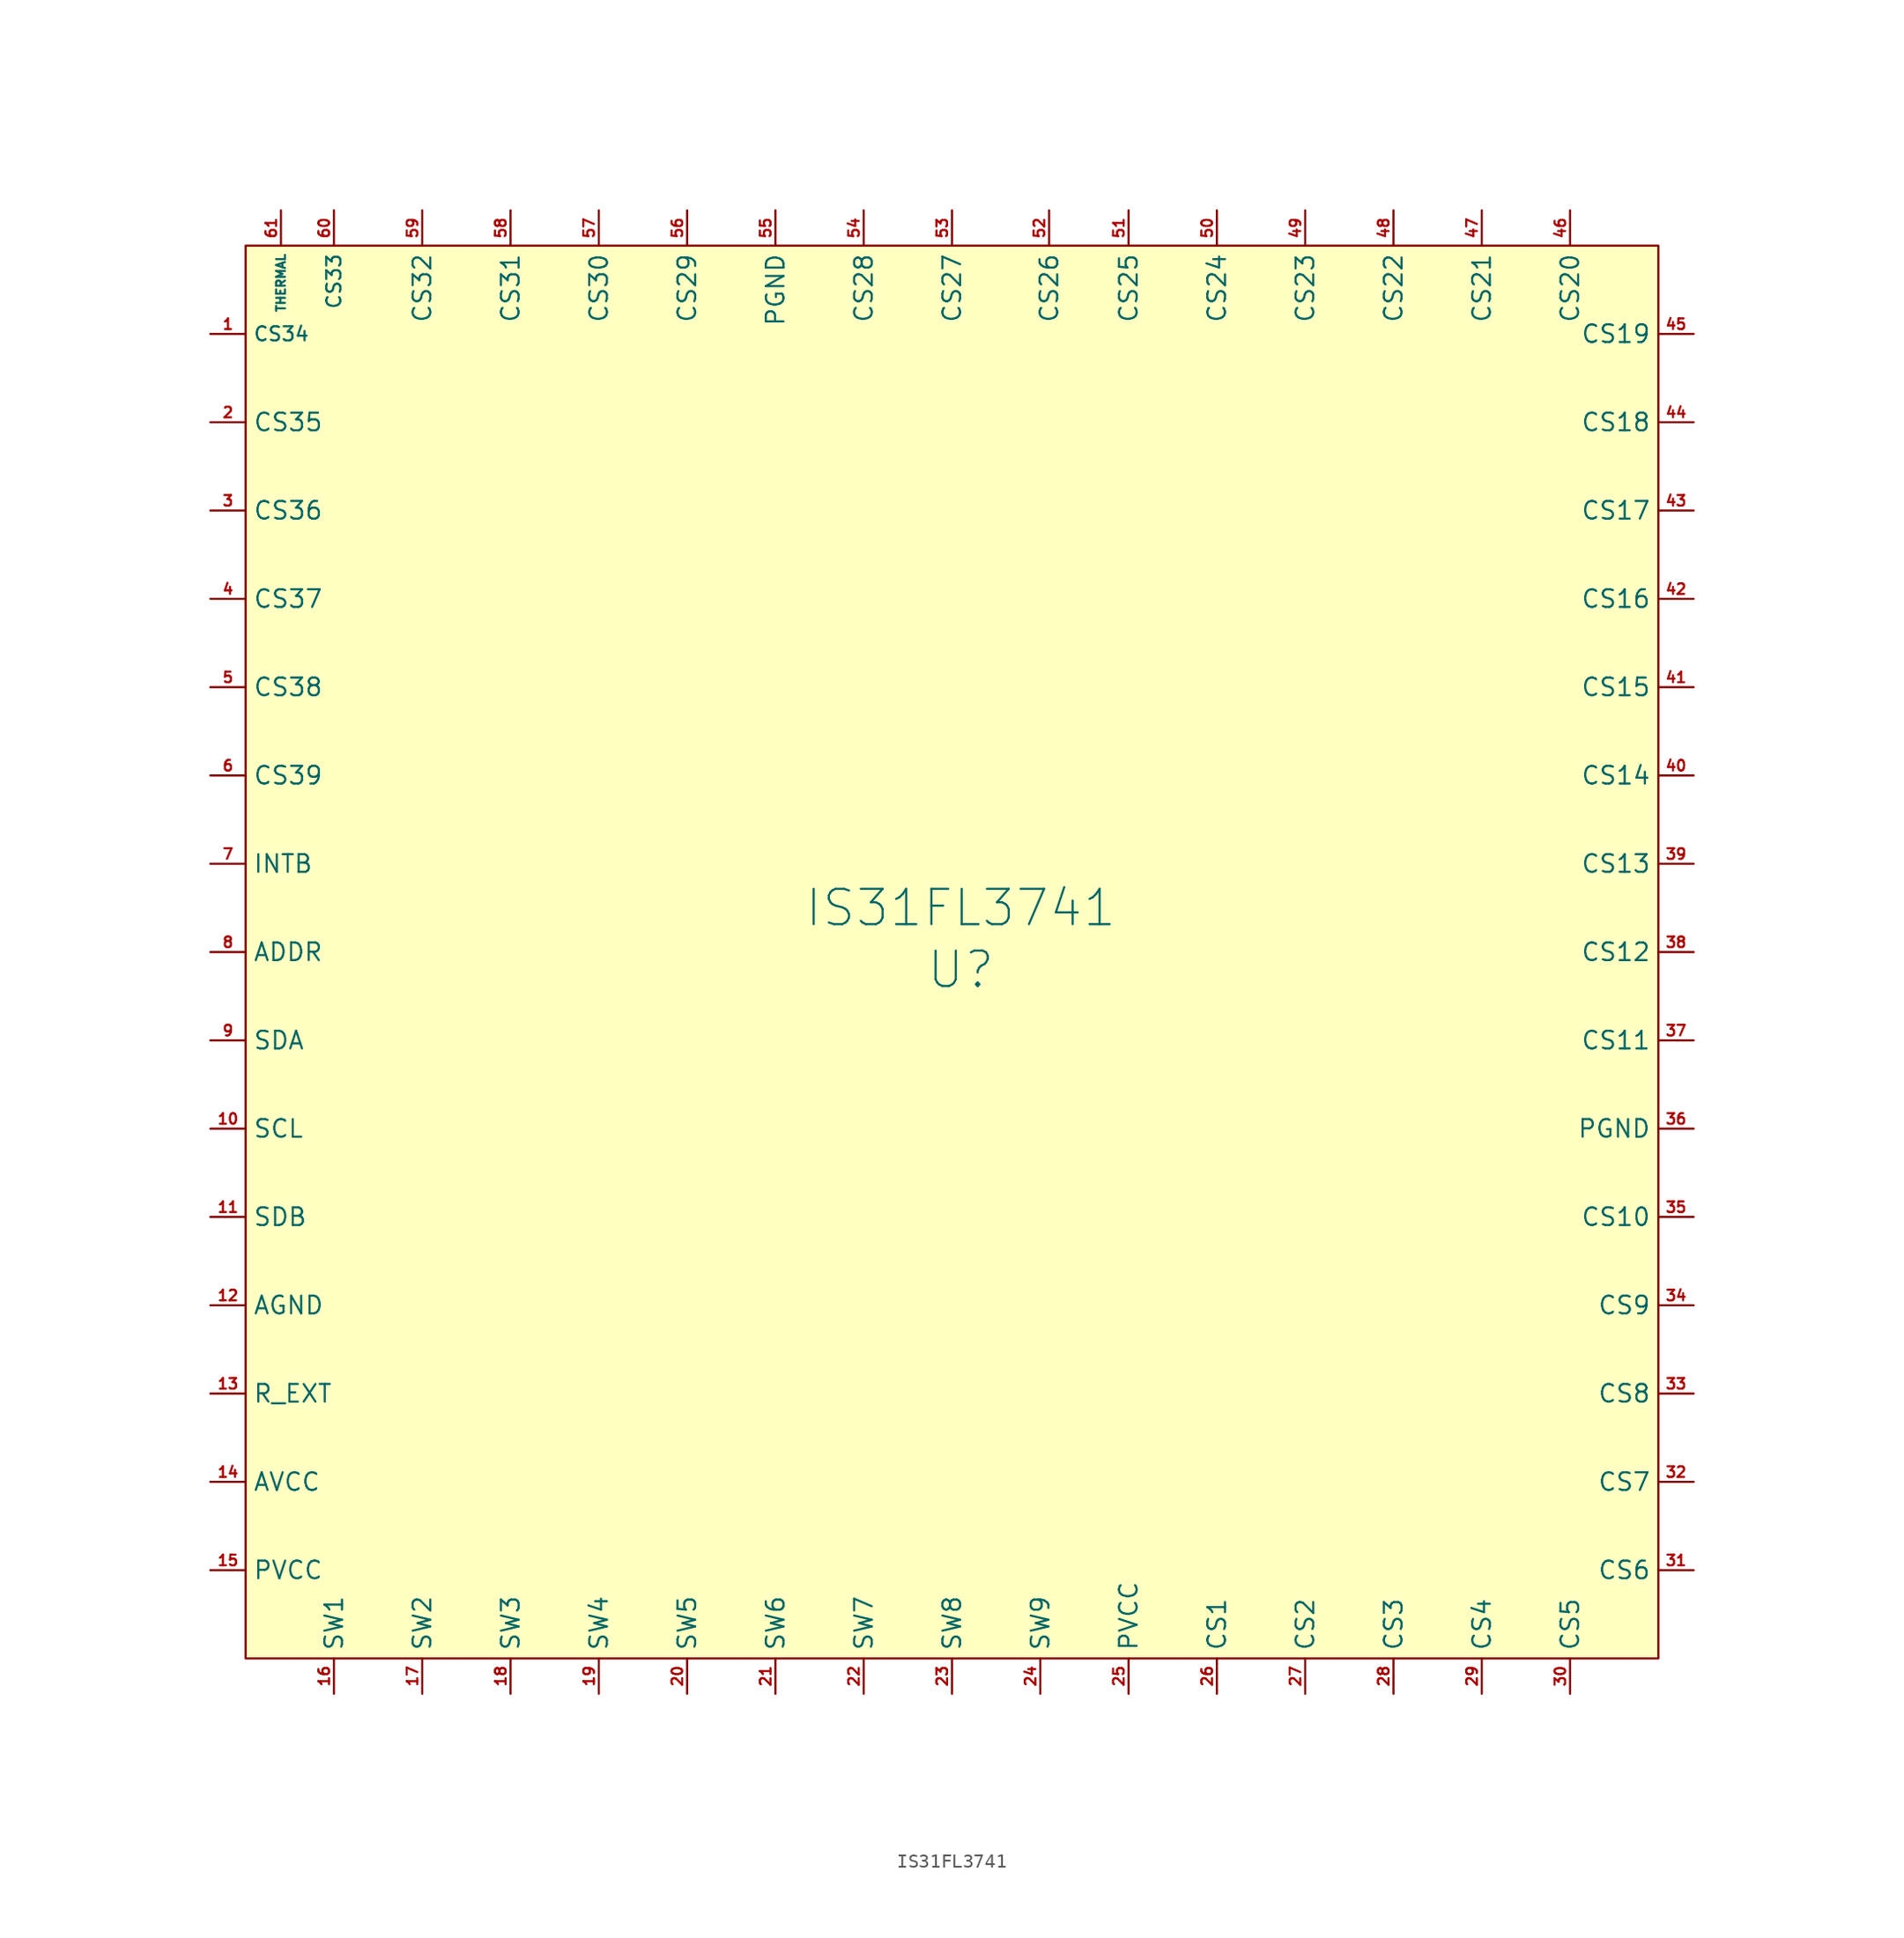
<source format=kicad_sym>
(kicad_symbol_lib
  (version 20211014)
  (generator kicad_symbol_editor)
  (symbol "IS31FL3741"
    (property "Reference" "U"
      (at 0.635 -1.27 0)
      (effects (font (size 2.54 2.54))))
    (property "Value" "IS31FL3741"
      (at 0.635 3.175 0)
      (effects (font (size 2.54 2.54))))
    (symbol "IS31FL3741_0_1"
      (rectangle (start -50.8 50.8) (end 50.8 -50.8) (stroke (width 0.152) (type default) (color 0 0 0 0)) (fill (type background))))
    (symbol "IS31FL3741_1_1"
      (pin input line (at -53.34 44.45 0) (length 2.54) (name "CS34" (effects (font (size 1.016 1.016)))) (number "1" (effects (font (size 0.762 0.762)))))
      (pin input line (at -53.34 -12.7 0) (length 2.54) (name "SCL" (effects (font (size 1.27 1.27)))) (number "10" (effects (font (size 0.762 0.762)))))
      (pin input line (at -53.34 -19.05 0) (length 2.54) (name "SDB" (effects (font (size 1.27 1.27)))) (number "11" (effects (font (size 0.762 0.762)))))
      (pin power_in line (at -53.34 -25.4 0) (length 2.54) (name "AGND" (effects (font (size 1.27 1.27)))) (number "12" (effects (font (size 0.762 0.762)))))
      (pin input line (at -53.34 -31.75 0) (length 2.54) (name "R_EXT" (effects (font (size 1.27 1.27)))) (number "13" (effects (font (size 0.762 0.762)))))
      (pin power_in line (at -53.34 -38.1 0) (length 2.54) (name "AVCC" (effects (font (size 1.27 1.27)))) (number "14" (effects (font (size 0.762 0.762)))))
      (pin power_in line (at -53.34 -44.45 0) (length 2.54) (name "PVCC" (effects (font (size 1.27 1.27)))) (number "15" (effects (font (size 0.762 0.762)))))
      (pin output line (at -44.45 -53.34 90) (length 2.54) (name "SW1" (effects (font (size 1.27 1.27)))) (number "16" (effects (font (size 0.762 0.762)))))
      (pin output line (at -38.1 -53.34 90) (length 2.54) (name "SW2" (effects (font (size 1.27 1.27)))) (number "17" (effects (font (size 0.762 0.762)))))
      (pin output line (at -31.75 -53.34 90) (length 2.54) (name "SW3" (effects (font (size 1.27 1.27)))) (number "18" (effects (font (size 0.762 0.762)))))
      (pin output line (at -25.4 -53.34 90) (length 2.54) (name "SW4" (effects (font (size 1.27 1.27)))) (number "19" (effects (font (size 0.762 0.762)))))
      (pin input line (at -53.34 38.1 0) (length 2.54) (name "CS35" (effects (font (size 1.27 1.27)))) (number "2" (effects (font (size 0.762 0.762)))))
      (pin output line (at -19.05 -53.34 90) (length 2.54) (name "SW5" (effects (font (size 1.27 1.27)))) (number "20" (effects (font (size 0.762 0.762)))))
      (pin output line (at -12.7 -53.34 90) (length 2.54) (name "SW6" (effects (font (size 1.27 1.27)))) (number "21" (effects (font (size 0.762 0.762)))))
      (pin output line (at -6.35 -53.34 90) (length 2.54) (name "SW7" (effects (font (size 1.27 1.27)))) (number "22" (effects (font (size 0.762 0.762)))))
      (pin output line (at 0 -53.34 90) (length 2.54) (name "SW8" (effects (font (size 1.27 1.27)))) (number "23" (effects (font (size 0.762 0.762)))))
      (pin output line (at 6.35 -53.34 90) (length 2.54) (name "SW9" (effects (font (size 1.27 1.27)))) (number "24" (effects (font (size 0.762 0.762)))))
      (pin power_in line (at 12.7 -53.34 90) (length 2.54) (name "PVCC" (effects (font (size 1.27 1.27)))) (number "25" (effects (font (size 0.762 0.762)))))
      (pin input line (at 19.05 -53.34 90) (length 2.54) (name "CS1" (effects (font (size 1.27 1.27)))) (number "26" (effects (font (size 0.762 0.762)))))
      (pin input line (at 25.4 -53.34 90) (length 2.54) (name "CS2" (effects (font (size 1.27 1.27)))) (number "27" (effects (font (size 0.762 0.762)))))
      (pin input line (at 31.75 -53.34 90) (length 2.54) (name "CS3" (effects (font (size 1.27 1.27)))) (number "28" (effects (font (size 0.762 0.762)))))
      (pin input line (at 38.1 -53.34 90) (length 2.54) (name "CS4" (effects (font (size 1.27 1.27)))) (number "29" (effects (font (size 0.762 0.762)))))
      (pin input line (at -53.34 31.75 0) (length 2.54) (name "CS36" (effects (font (size 1.27 1.27)))) (number "3" (effects (font (size 0.762 0.762)))))
      (pin input line (at 44.45 -53.34 90) (length 2.54) (name "CS5" (effects (font (size 1.27 1.27)))) (number "30" (effects (font (size 0.762 0.762)))))
      (pin input line (at 53.34 -44.45 180) (length 2.54) (name "CS6" (effects (font (size 1.27 1.27)))) (number "31" (effects (font (size 0.762 0.762)))))
      (pin input line (at 53.34 -38.1 180) (length 2.54) (name "CS7" (effects (font (size 1.27 1.27)))) (number "32" (effects (font (size 0.762 0.762)))))
      (pin input line (at 53.34 -31.75 180) (length 2.54) (name "CS8" (effects (font (size 1.27 1.27)))) (number "33" (effects (font (size 0.762 0.762)))))
      (pin input line (at 53.34 -25.4 180) (length 2.54) (name "CS9" (effects (font (size 1.27 1.27)))) (number "34" (effects (font (size 0.762 0.762)))))
      (pin input line (at 53.34 -19.05 180) (length 2.54) (name "CS10" (effects (font (size 1.27 1.27)))) (number "35" (effects (font (size 0.762 0.762)))))
      (pin power_in line (at 53.34 -12.7 180) (length 2.54) (name "PGND" (effects (font (size 1.27 1.27)))) (number "36" (effects (font (size 0.762 0.762)))))
      (pin input line (at 53.34 -6.35 180) (length 2.54) (name "CS11" (effects (font (size 1.27 1.27)))) (number "37" (effects (font (size 0.762 0.762)))))
      (pin input line (at 53.34 0 180) (length 2.54) (name "CS12" (effects (font (size 1.27 1.27)))) (number "38" (effects (font (size 0.762 0.762)))))
      (pin input line (at 53.34 6.35 180) (length 2.54) (name "CS13" (effects (font (size 1.27 1.27)))) (number "39" (effects (font (size 0.762 0.762)))))
      (pin input line (at -53.34 25.4 0) (length 2.54) (name "CS37" (effects (font (size 1.27 1.27)))) (number "4" (effects (font (size 0.762 0.762)))))
      (pin input line (at 53.34 12.7 180) (length 2.54) (name "CS14" (effects (font (size 1.27 1.27)))) (number "40" (effects (font (size 0.762 0.762)))))
      (pin input line (at 53.34 19.05 180) (length 2.54) (name "CS15" (effects (font (size 1.27 1.27)))) (number "41" (effects (font (size 0.762 0.762)))))
      (pin input line (at 53.34 25.4 180) (length 2.54) (name "CS16" (effects (font (size 1.27 1.27)))) (number "42" (effects (font (size 0.762 0.762)))))
      (pin input line (at 53.34 31.75 180) (length 2.54) (name "CS17" (effects (font (size 1.27 1.27)))) (number "43" (effects (font (size 0.762 0.762)))))
      (pin input line (at 53.34 38.1 180) (length 2.54) (name "CS18" (effects (font (size 1.27 1.27)))) (number "44" (effects (font (size 0.762 0.762)))))
      (pin input line (at 53.34 44.45 180) (length 2.54) (name "CS19" (effects (font (size 1.27 1.27)))) (number "45" (effects (font (size 0.762 0.762)))))
      (pin input line (at 44.45 53.34 270) (length 2.54) (name "CS20" (effects (font (size 1.27 1.27)))) (number "46" (effects (font (size 0.762 0.762)))))
      (pin input line (at 38.1 53.34 270) (length 2.54) (name "CS21" (effects (font (size 1.27 1.27)))) (number "47" (effects (font (size 0.762 0.762)))))
      (pin input line (at 31.75 53.34 270) (length 2.54) (name "CS22" (effects (font (size 1.27 1.27)))) (number "48" (effects (font (size 0.762 0.762)))))
      (pin input line (at 25.4 53.34 270) (length 2.54) (name "CS23" (effects (font (size 1.27 1.27)))) (number "49" (effects (font (size 0.762 0.762)))))
      (pin input line (at -53.34 19.05 0) (length 2.54) (name "CS38" (effects (font (size 1.27 1.27)))) (number "5" (effects (font (size 0.762 0.762)))))
      (pin input line (at 19.05 53.34 270) (length 2.54) (name "CS24" (effects (font (size 1.27 1.27)))) (number "50" (effects (font (size 0.762 0.762)))))
      (pin input line (at 12.7 53.34 270) (length 2.54) (name "CS25" (effects (font (size 1.27 1.27)))) (number "51" (effects (font (size 0.762 0.762)))))
      (pin input line (at 6.985 53.34 270) (length 2.54) (name "CS26" (effects (font (size 1.27 1.27)))) (number "52" (effects (font (size 0.762 0.762)))))
      (pin input line (at 0 53.34 270) (length 2.54) (name "CS27" (effects (font (size 1.27 1.27)))) (number "53" (effects (font (size 0.762 0.762)))))
      (pin input line (at -6.35 53.34 270) (length 2.54) (name "CS28" (effects (font (size 1.27 1.27)))) (number "54" (effects (font (size 0.762 0.762)))))
      (pin power_in line (at -12.7 53.34 270) (length 2.54) (name "PGND" (effects (font (size 1.27 1.27)))) (number "55" (effects (font (size 0.762 0.762)))))
      (pin input line (at -19.05 53.34 270) (length 2.54) (name "CS29" (effects (font (size 1.27 1.27)))) (number "56" (effects (font (size 0.762 0.762)))))
      (pin input line (at -25.4 53.34 270) (length 2.54) (name "CS30" (effects (font (size 1.27 1.27)))) (number "57" (effects (font (size 0.762 0.762)))))
      (pin input line (at -31.75 53.34 270) (length 2.54) (name "CS31" (effects (font (size 1.27 1.27)))) (number "58" (effects (font (size 0.762 0.762)))))
      (pin input line (at -38.1 53.34 270) (length 2.54) (name "CS32" (effects (font (size 1.27 1.27)))) (number "59" (effects (font (size 0.762 0.762)))))
      (pin input line (at -53.34 12.7 0) (length 2.54) (name "CS39" (effects (font (size 1.27 1.27)))) (number "6" (effects (font (size 0.762 0.762)))))
      (pin input line (at -44.45 53.34 270) (length 2.54) (name "CS33" (effects (font (size 1.016 1.016)))) (number "60" (effects (font (size 0.762 0.762)))))
      (pin input line (at -48.26 53.34 270) (length 2.54) (name "THERMAL" (effects (font (size 0.635 0.635)))) (number "61" (effects (font (size 0.762 0.762)))))
      (pin input line (at -53.34 6.35 0) (length 2.54) (name "INTB" (effects (font (size 1.27 1.27)))) (number "7" (effects (font (size 0.762 0.762)))))
      (pin input line (at -53.34 0 0) (length 2.54) (name "ADDR" (effects (font (size 1.27 1.27)))) (number "8" (effects (font (size 0.762 0.762)))))
      (pin bidirectional line (at -53.34 -6.35 0) (length 2.54) (name "SDA" (effects (font (size 1.27 1.27)))) (number "9" (effects (font (size 0.762 0.762))))))))
</source>
